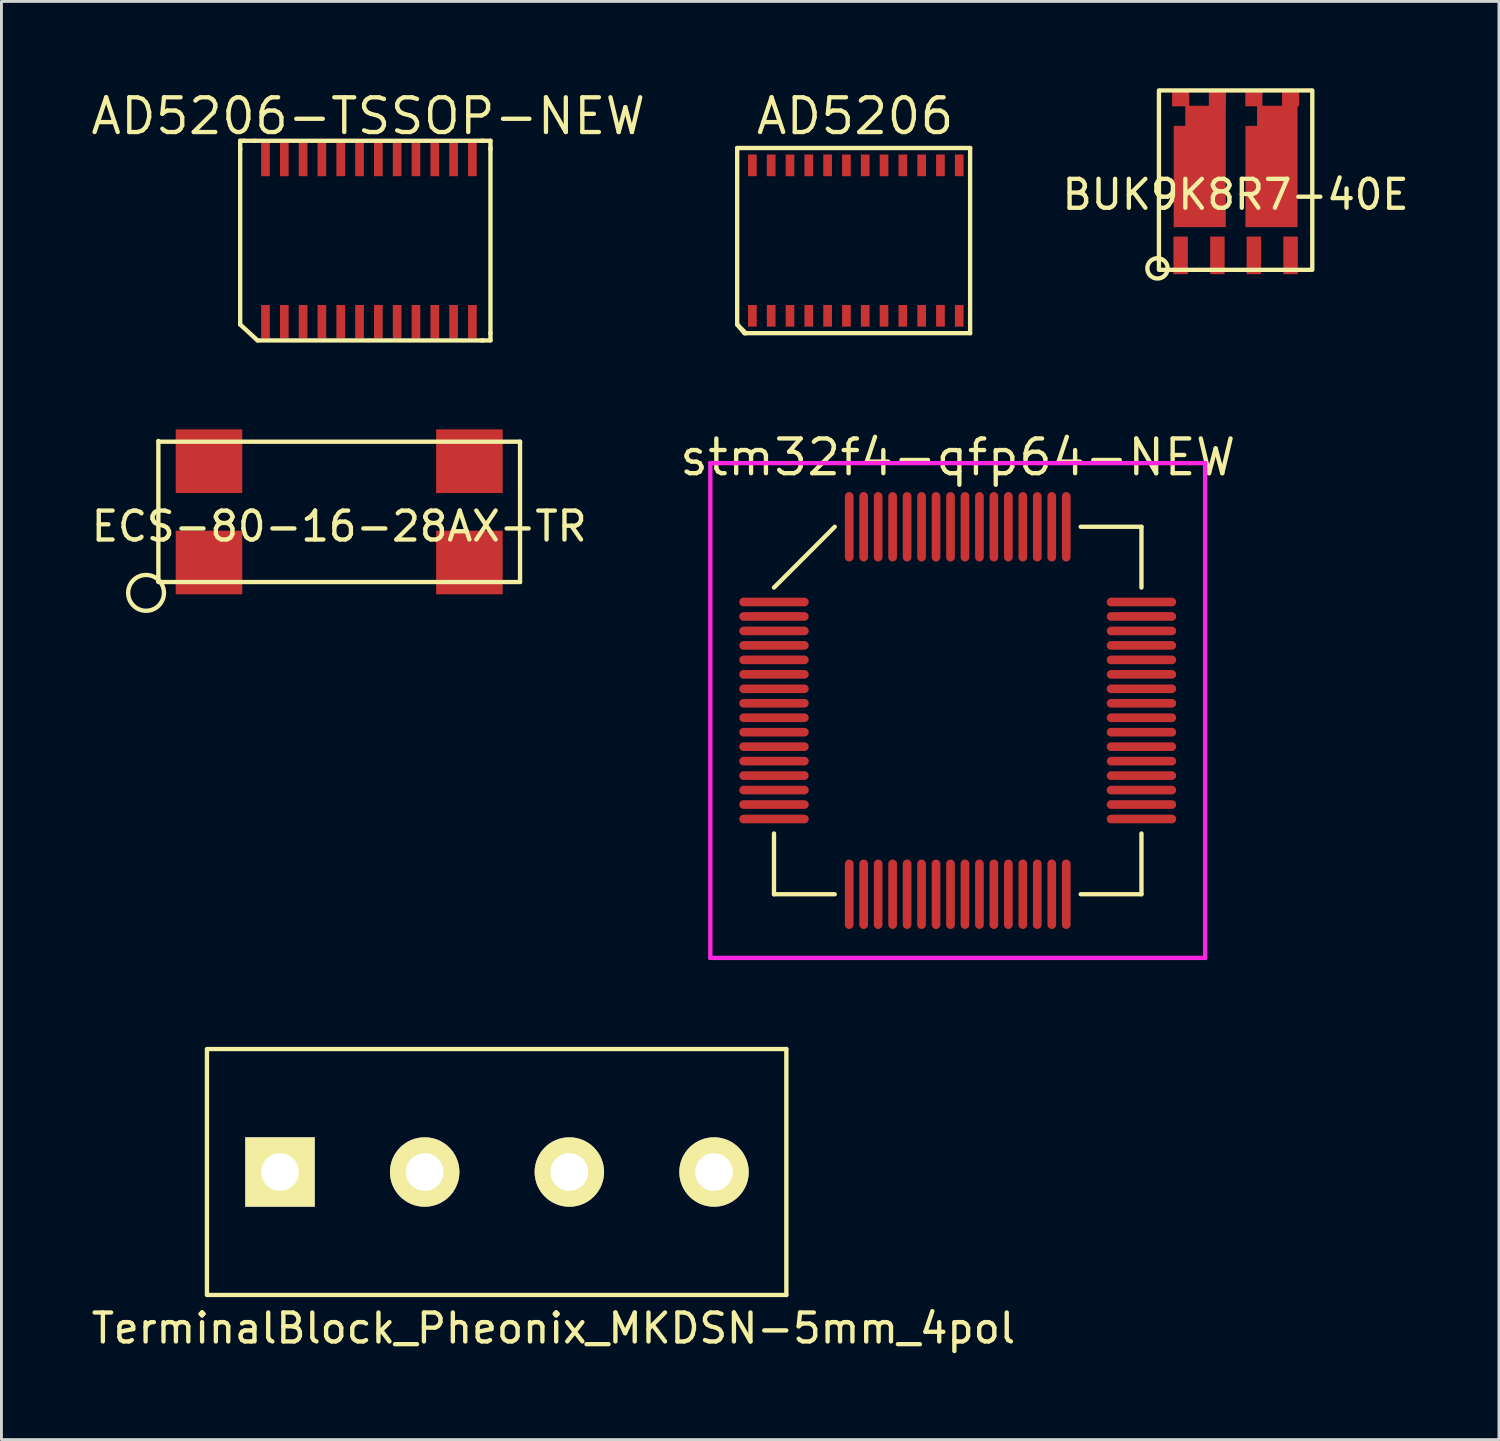
<source format=kicad_pcb>
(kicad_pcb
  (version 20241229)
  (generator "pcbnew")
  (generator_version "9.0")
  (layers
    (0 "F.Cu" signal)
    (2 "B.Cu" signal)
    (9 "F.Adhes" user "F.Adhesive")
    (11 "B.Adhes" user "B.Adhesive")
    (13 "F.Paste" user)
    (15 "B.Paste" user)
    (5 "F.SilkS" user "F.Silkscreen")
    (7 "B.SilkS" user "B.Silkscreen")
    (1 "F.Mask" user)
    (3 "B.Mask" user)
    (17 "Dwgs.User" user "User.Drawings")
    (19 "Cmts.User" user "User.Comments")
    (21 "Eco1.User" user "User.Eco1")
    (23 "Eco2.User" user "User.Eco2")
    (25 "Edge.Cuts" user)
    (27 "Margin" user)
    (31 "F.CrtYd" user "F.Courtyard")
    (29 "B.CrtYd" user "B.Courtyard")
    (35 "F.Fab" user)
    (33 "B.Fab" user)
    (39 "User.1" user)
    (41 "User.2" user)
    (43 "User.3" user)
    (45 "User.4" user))
  (footprint "BUK9K8R7-40E"
    (layer "F.Cu")
    (at 39.654 3.175)
    (property "Reference" "BUK9K8R7-40E" (at 0 0.5 0) (layer "F.SilkS") (effects (font (size 1 1) (thickness 0.15))))
    (attr through_hole)
    (fp_line (start -2.65 3.1) (end -2.65 -3.1) (stroke (width 0.15) (type solid)) (layer "F.SilkS"))
    (fp_line (start -2.6 3.1) (end 2.6 3.1) (stroke (width 0.15) (type solid)) (layer "F.SilkS"))
    (fp_line (start 2.6 -3.1) (end -2.6 -3.1) (stroke (width 0.15) (type solid)) (layer "F.SilkS"))
    (fp_line (start 2.65 -3.1) (end 2.65 3.1) (stroke (width 0.15) (type solid)) (layer "F.SilkS"))
    (fp_circle (center -2.7 3.05) (end -2.67 2.7) (stroke (width 0.15) (type solid)) (fill no) (layer "F.SilkS"))
    (pad "1" smd rect (at -1.9 2.6) (size 0.5 1.3) (layers "F.Cu" "F.Mask" "F.Paste"))
    (pad "2" smd rect (at -0.63 2.6) (size 0.5 1.3) (layers "F.Cu" "F.Mask" "F.Paste"))
    (pad "3" smd rect (at 0.63 2.6) (size 0.5 1.3) (layers "F.Cu" "F.Mask" "F.Paste"))
    (pad "4" smd rect (at 1.9 2.6) (size 0.5 1.3) (layers "F.Cu" "F.Mask" "F.Paste"))
    (pad "5" smd trapezoid (at 1.24 -0.125) (size 1.8 3.5) (layers "F.Cu" "F.Mask" "F.Paste"))
    (pad "5" smd trapezoid (at 1.44 -2.22) (size 1.4 0.7) (layers "F.Cu" "F.Mask" "F.Paste"))
    (pad "5" smd rect (at 1.9 -2.825) (size 0.59 0.55) (layers "F.Cu" "F.Mask" "F.Paste"))
    (pad "6" smd rect (at 0.63 -2.825) (size 0.59 0.55) (layers "F.Cu" "F.Mask" "F.Paste"))
    (pad "7" smd rect (at -0.63 -2.825) (size 0.59 0.55) (layers "F.Cu" "F.Mask" "F.Paste"))
    (pad "8" smd rect (at -1.9 -2.825) (size 0.59 0.55) (layers "F.Cu" "F.Mask" "F.Paste"))
    (pad "8" smd trapezoid (at -1.24 -0.125) (size 1.8 3.5) (layers "F.Cu" "F.Mask" "F.Paste"))
    (pad "8" smd trapezoid (at -1.04 -2.22) (size 1.4 0.7) (layers "F.Cu" "F.Mask" "F.Paste")))
  (footprint "ECS-80-16-28AX-TR"
    (layer "F.Cu")
    (at 8.673 14.64)
    (property "Reference" "ECS-80-16-28AX-TR" (at 0 0.5 0) (layer "F.SilkS") (effects (font (size 1 1) (thickness 0.15))))
    (attr through_hole)
    (fp_line (start -6.25 -2.45) (end -6.25 2.4) (stroke (width 0.15) (type solid)) (layer "F.SilkS"))
    (fp_line (start -6.25 -2.425) (end 6.25 -2.425) (stroke (width 0.15) (type solid)) (layer "F.SilkS"))
    (fp_line (start -6.25 2.425) (end 6.25 2.425) (stroke (width 0.15) (type solid)) (layer "F.SilkS"))
    (fp_line (start 6.25 -2.425) (end 6.25 2.425) (stroke (width 0.15) (type solid)) (layer "F.SilkS"))
    (fp_circle (center -6.675 2.8) (end -7.125 3.225) (stroke (width 0.15) (type solid)) (fill no) (layer "F.SilkS"))
    (pad "1" smd rect (at -4.5 1.75) (size 2.3 2.2) (layers "F.Cu" "F.Mask" "F.Paste"))
    (pad "2" smd rect (at 4.5 1.75) (size 2.3 2.2) (layers "F.Cu" "F.Mask" "F.Paste"))
    (pad "3" smd rect (at 4.5 -1.75) (size 2.3 2.2) (layers "F.Cu" "F.Mask" "F.Paste"))
    (pad "4" smd rect (at -4.5 -1.75) (size 2.3 2.2) (layers "F.Cu" "F.Mask" "F.Paste")))
  (footprint "stm32f4-qfp64-NEW"
    (layer "F.Cu")
    (at 30.05 21.506)
    (property "Reference" "stm32f4-qfp64-NEW" (at 0 -8.75 0) (layer "F.SilkS") (effects (font (size 1.2 1.2) (thickness 0.15))))
    (attr through_hole)
    (fp_line (start -6.35 -4.25) (end -4.25 -6.35) (stroke (width 0.15) (type solid)) (layer "F.SilkS"))
    (fp_line (start -6.35 6.35) (end -6.35 4.25) (stroke (width 0.15) (type solid)) (layer "F.SilkS"))
    (fp_line (start -4.25 6.35) (end -6.35 6.35) (stroke (width 0.15) (type solid)) (layer "F.SilkS"))
    (fp_line (start 4.25 -6.35) (end 6.35 -6.35) (stroke (width 0.15) (type solid)) (layer "F.SilkS"))
    (fp_line (start 4.25 6.35) (end 6.35 6.35) (stroke (width 0.15) (type solid)) (layer "F.SilkS"))
    (fp_line (start 6.35 -6.35) (end 6.35 -4.25) (stroke (width 0.15) (type solid)) (layer "F.SilkS"))
    (fp_line (start 6.35 6.35) (end 6.35 4.25) (stroke (width 0.15) (type solid)) (layer "F.SilkS"))
    (fp_line (start -8.55 -8.55) (end 8.55 -8.55) (stroke (width 0.15) (type solid)) (layer "F.CrtYd"))
    (fp_line (start -8.55 8.55) (end -8.55 -8.55) (stroke (width 0.15) (type solid)) (layer "F.CrtYd"))
    (fp_line (start 8.55 -8.55) (end 8.55 8.55) (stroke (width 0.15) (type solid)) (layer "F.CrtYd"))
    (fp_line (start 8.55 8.55) (end -8.55 8.55) (stroke (width 0.15) (type solid)) (layer "F.CrtYd"))
    (pad "1" smd oval (at -6.35 -3.75 90) (size 0.3 2.4) (layers "F.Cu" "F.Mask" "F.Paste"))
    (pad "2" smd oval (at -6.35 -3.25 90) (size 0.3 2.4) (layers "F.Cu" "F.Mask" "F.Paste"))
    (pad "3" smd oval (at -6.35 -2.75 90) (size 0.3 2.4) (layers "F.Cu" "F.Mask" "F.Paste"))
    (pad "4" smd oval (at -6.35 -2.25 90) (size 0.3 2.4) (layers "F.Cu" "F.Mask" "F.Paste"))
    (pad "5" smd oval (at -6.35 -1.75 90) (size 0.3 2.4) (layers "F.Cu" "F.Mask" "F.Paste"))
    (pad "6" smd oval (at -6.35 -1.25 90) (size 0.3 2.4) (layers "F.Cu" "F.Mask" "F.Paste"))
    (pad "7" smd oval (at -6.35 -0.75 90) (size 0.3 2.4) (layers "F.Cu" "F.Mask" "F.Paste"))
    (pad "8" smd oval (at -6.35 -0.25 90) (size 0.3 2.4) (layers "F.Cu" "F.Mask" "F.Paste"))
    (pad "9" smd oval (at -6.35 0.25 90) (size 0.3 2.4) (layers "F.Cu" "F.Mask" "F.Paste"))
    (pad "10" smd oval (at -6.35 0.75 90) (size 0.3 2.4) (layers "F.Cu" "F.Mask" "F.Paste"))
    (pad "11" smd oval (at -6.35 1.25 90) (size 0.3 2.4) (layers "F.Cu" "F.Mask" "F.Paste"))
    (pad "12" smd oval (at -6.35 1.75 90) (size 0.3 2.4) (layers "F.Cu" "F.Mask" "F.Paste"))
    (pad "13" smd oval (at -6.35 2.25 90) (size 0.3 2.4) (layers "F.Cu" "F.Mask" "F.Paste"))
    (pad "14" smd oval (at -6.35 2.75 90) (size 0.3 2.4) (layers "F.Cu" "F.Mask" "F.Paste"))
    (pad "15" smd oval (at -6.35 3.25 90) (size 0.3 2.4) (layers "F.Cu" "F.Mask" "F.Paste"))
    (pad "16" smd oval (at -6.35 3.75 90) (size 0.3 2.4) (layers "F.Cu" "F.Mask" "F.Paste"))
    (pad "17" smd oval (at -3.75 6.35) (size 0.3 2.4) (layers "F.Cu" "F.Mask" "F.Paste"))
    (pad "18" smd oval (at -3.25 6.35) (size 0.3 2.4) (layers "F.Cu" "F.Mask" "F.Paste"))
    (pad "19" smd oval (at -2.75 6.35) (size 0.3 2.4) (layers "F.Cu" "F.Mask" "F.Paste"))
    (pad "20" smd oval (at -2.25 6.35) (size 0.3 2.4) (layers "F.Cu" "F.Mask" "F.Paste"))
    (pad "21" smd oval (at -1.75 6.35) (size 0.3 2.4) (layers "F.Cu" "F.Mask" "F.Paste"))
    (pad "22" smd oval (at -1.25 6.35) (size 0.3 2.4) (layers "F.Cu" "F.Mask" "F.Paste"))
    (pad "23" smd oval (at -0.75 6.35) (size 0.3 2.4) (layers "F.Cu" "F.Mask" "F.Paste"))
    (pad "24" smd oval (at -0.25 6.35) (size 0.3 2.4) (layers "F.Cu" "F.Mask" "F.Paste"))
    (pad "25" smd oval (at 0.25 6.35) (size 0.3 2.4) (layers "F.Cu" "F.Mask" "F.Paste"))
    (pad "26" smd oval (at 0.75 6.35) (size 0.3 2.4) (layers "F.Cu" "F.Mask" "F.Paste"))
    (pad "27" smd oval (at 1.25 6.35) (size 0.3 2.4) (layers "F.Cu" "F.Mask" "F.Paste"))
    (pad "28" smd oval (at 1.75 6.35) (size 0.3 2.4) (layers "F.Cu" "F.Mask" "F.Paste"))
    (pad "29" smd oval (at 2.25 6.35) (size 0.3 2.4) (layers "F.Cu" "F.Mask" "F.Paste"))
    (pad "30" smd oval (at 2.75 6.35) (size 0.3 2.4) (layers "F.Cu" "F.Mask" "F.Paste"))
    (pad "31" smd oval (at 3.25 6.35) (size 0.3 2.4) (layers "F.Cu" "F.Mask" "F.Paste"))
    (pad "32" smd oval (at 3.75 6.35) (size 0.3 2.4) (layers "F.Cu" "F.Mask" "F.Paste"))
    (pad "33" smd oval (at 6.35 3.75 90) (size 0.3 2.4) (layers "F.Cu" "F.Mask" "F.Paste"))
    (pad "34" smd oval (at 6.35 3.25 90) (size 0.3 2.4) (layers "F.Cu" "F.Mask" "F.Paste"))
    (pad "35" smd oval (at 6.35 2.75 90) (size 0.3 2.4) (layers "F.Cu" "F.Mask" "F.Paste"))
    (pad "36" smd oval (at 6.35 2.25 90) (size 0.3 2.4) (layers "F.Cu" "F.Mask" "F.Paste"))
    (pad "37" smd oval (at 6.35 1.75 90) (size 0.3 2.4) (layers "F.Cu" "F.Mask" "F.Paste"))
    (pad "38" smd oval (at 6.35 1.25 90) (size 0.3 2.4) (layers "F.Cu" "F.Mask" "F.Paste"))
    (pad "39" smd oval (at 6.35 0.75 90) (size 0.3 2.4) (layers "F.Cu" "F.Mask" "F.Paste"))
    (pad "40" smd oval (at 6.35 0.25 90) (size 0.3 2.4) (layers "F.Cu" "F.Mask" "F.Paste"))
    (pad "41" smd oval (at 6.35 -0.25 90) (size 0.3 2.4) (layers "F.Cu" "F.Mask" "F.Paste"))
    (pad "42" smd oval (at 6.35 -0.75 90) (size 0.3 2.4) (layers "F.Cu" "F.Mask" "F.Paste"))
    (pad "43" smd oval (at 6.35 -1.25 90) (size 0.3 2.4) (layers "F.Cu" "F.Mask" "F.Paste"))
    (pad "44" smd oval (at 6.35 -1.75 90) (size 0.3 2.4) (layers "F.Cu" "F.Mask" "F.Paste"))
    (pad "45" smd oval (at 6.35 -2.25 90) (size 0.3 2.4) (layers "F.Cu" "F.Mask" "F.Paste"))
    (pad "46" smd oval (at 6.35 -2.75 90) (size 0.3 2.4) (layers "F.Cu" "F.Mask" "F.Paste"))
    (pad "47" smd oval (at 6.35 -3.25 90) (size 0.3 2.4) (layers "F.Cu" "F.Mask" "F.Paste"))
    (pad "48" smd oval (at 6.35 -3.75 90) (size 0.3 2.4) (layers "F.Cu" "F.Mask" "F.Paste"))
    (pad "49" smd oval (at 3.75 -6.35) (size 0.3 2.4) (layers "F.Cu" "F.Mask" "F.Paste"))
    (pad "50" smd oval (at 3.25 -6.35) (size 0.3 2.4) (layers "F.Cu" "F.Mask" "F.Paste"))
    (pad "51" smd oval (at 2.75 -6.35) (size 0.3 2.4) (layers "F.Cu" "F.Mask" "F.Paste"))
    (pad "52" smd oval (at 2.25 -6.35) (size 0.3 2.4) (layers "F.Cu" "F.Mask" "F.Paste"))
    (pad "53" smd oval (at 1.75 -6.35) (size 0.3 2.4) (layers "F.Cu" "F.Mask" "F.Paste"))
    (pad "54" smd oval (at 1.25 -6.35) (size 0.3 2.4) (layers "F.Cu" "F.Mask" "F.Paste"))
    (pad "55" smd oval (at 0.75 -6.35) (size 0.3 2.4) (layers "F.Cu" "F.Mask" "F.Paste"))
    (pad "56" smd oval (at 0.25 -6.35) (size 0.3 2.4) (layers "F.Cu" "F.Mask" "F.Paste"))
    (pad "57" smd oval (at -0.25 -6.35) (size 0.3 2.4) (layers "F.Cu" "F.Mask" "F.Paste"))
    (pad "58" smd oval (at -0.75 -6.35) (size 0.3 2.4) (layers "F.Cu" "F.Mask" "F.Paste"))
    (pad "59" smd oval (at -1.25 -6.35) (size 0.3 2.4) (layers "F.Cu" "F.Mask" "F.Paste"))
    (pad "60" smd oval (at -1.75 -6.35) (size 0.3 2.4) (layers "F.Cu" "F.Mask" "F.Paste"))
    (pad "61" smd oval (at -2.25 -6.35) (size 0.3 2.4) (layers "F.Cu" "F.Mask" "F.Paste"))
    (pad "62" smd oval (at -2.75 -6.35) (size 0.3 2.4) (layers "F.Cu" "F.Mask" "F.Paste"))
    (pad "63" smd oval (at -3.25 -6.35) (size 0.3 2.4) (layers "F.Cu" "F.Mask" "F.Paste"))
    (pad "64" smd oval (at -3.75 -6.35) (size 0.3 2.4) (layers "F.Cu" "F.Mask" "F.Paste")))
  (footprint "AD5206"
    (layer "F.Cu")
    (at 26.528 5.265)
    (property "Reference" "AD5206" (at -0.025 -4.3 0) (layer "F.SilkS") (effects (font (size 1.2 1.2) (thickness 0.15))))
    (attr through_hole)
    (fp_line (start -4.1 -3.2) (end -3.95 -3.2) (stroke (width 0.15) (type solid)) (layer "F.SilkS"))
    (fp_line (start -4.1 2.9) (end -4.1 -3.2) (stroke (width 0.15) (type solid)) (layer "F.SilkS"))
    (fp_line (start -4.1 2.9) (end -3.85 3.2) (stroke (width 0.15) (type solid)) (layer "F.SilkS"))
    (fp_line (start -3.95 -3.2) (end 3.95 -3.2) (stroke (width 0.15) (type solid)) (layer "F.SilkS"))
    (fp_line (start -3.85 3.2) (end 3.95 3.2) (stroke (width 0.15) (type solid)) (layer "F.SilkS"))
    (fp_line (start -3.8 3.2) (end -4.1 2.9) (stroke (width 0.15) (type solid)) (layer "F.SilkS"))
    (fp_line (start 3.95 -3.2) (end 3.95 3.2) (stroke (width 0.15) (type solid)) (layer "F.SilkS"))
    (pad "1" smd rect (at -3.575 2.6) (size 0.3 0.75) (layers "F.Cu" "F.Mask" "F.Paste"))
    (pad "2" smd rect (at -2.925 2.6) (size 0.3 0.75) (layers "F.Cu" "F.Mask" "F.Paste"))
    (pad "3" smd rect (at -2.275 2.6) (size 0.3 0.75) (layers "F.Cu" "F.Mask" "F.Paste"))
    (pad "4" smd rect (at -1.625 2.6) (size 0.3 0.75) (layers "F.Cu" "F.Mask" "F.Paste"))
    (pad "5" smd rect (at -0.975 2.6) (size 0.3 0.75) (layers "F.Cu" "F.Mask" "F.Paste"))
    (pad "6" smd rect (at -0.325 2.6) (size 0.3 0.75) (layers "F.Cu" "F.Mask" "F.Paste"))
    (pad "7" smd rect (at 0.325 2.6) (size 0.3 0.75) (layers "F.Cu" "F.Mask" "F.Paste"))
    (pad "8" smd rect (at 0.975 2.6) (size 0.3 0.75) (layers "F.Cu" "F.Mask" "F.Paste"))
    (pad "9" smd rect (at 1.625 2.6) (size 0.3 0.75) (layers "F.Cu" "F.Mask" "F.Paste"))
    (pad "10" smd rect (at 2.275 2.6) (size 0.3 0.75) (layers "F.Cu" "F.Mask" "F.Paste"))
    (pad "11" smd rect (at 2.925 2.6) (size 0.3 0.75) (layers "F.Cu" "F.Mask" "F.Paste"))
    (pad "12" smd rect (at 3.575 2.6) (size 0.3 0.75) (layers "F.Cu" "F.Mask" "F.Paste"))
    (pad "13" smd rect (at 3.575 -2.6) (size 0.3 0.75) (layers "F.Cu" "F.Mask" "F.Paste"))
    (pad "14" smd rect (at 2.925 -2.6) (size 0.3 0.75) (layers "F.Cu" "F.Mask" "F.Paste"))
    (pad "15" smd rect (at 2.275 -2.6) (size 0.3 0.75) (layers "F.Cu" "F.Mask" "F.Paste"))
    (pad "16" smd rect (at 1.625 -2.6) (size 0.3 0.75) (layers "F.Cu" "F.Mask" "F.Paste"))
    (pad "17" smd rect (at 0.975 -2.6) (size 0.3 0.75) (layers "F.Cu" "F.Mask" "F.Paste"))
    (pad "18" smd rect (at 0.325 -2.6) (size 0.3 0.75) (layers "F.Cu" "F.Mask" "F.Paste"))
    (pad "19" smd rect (at -0.325 -2.6) (size 0.3 0.75) (layers "F.Cu" "F.Mask" "F.Paste"))
    (pad "20" smd rect (at -0.975 -2.6) (size 0.3 0.75) (layers "F.Cu" "F.Mask" "F.Paste"))
    (pad "21" smd rect (at -1.625 -2.6) (size 0.3 0.75) (layers "F.Cu" "F.Mask" "F.Paste"))
    (pad "22" smd rect (at -2.275 -2.6) (size 0.3 0.75) (layers "F.Cu" "F.Mask" "F.Paste"))
    (pad "23" smd rect (at -2.925 -2.6) (size 0.3 0.75) (layers "F.Cu" "F.Mask" "F.Paste"))
    (pad "24" smd rect (at -3.575 -2.6) (size 0.3 0.75) (layers "F.Cu" "F.Mask" "F.Paste")))
  (footprint "AD5206-TSSOP-NEW"
    (layer "F.Cu")
    (at 9.701 5.265)
    (property "Reference" "AD5206-TSSOP-NEW" (at -0.025 -4.3 0) (layer "F.SilkS") (effects (font (size 1.2 1.2) (thickness 0.15))))
    (attr through_hole)
    (fp_line (start -4.45 -3.45) (end -4.45 -3.15) (stroke (width 0.15) (type solid)) (layer "F.SilkS"))
    (fp_line (start -4.45 2.9) (end -4.45 -3.2) (stroke (width 0.15) (type solid)) (layer "F.SilkS"))
    (fp_line (start -4.45 2.9) (end -3.85 3.45) (stroke (width 0.15) (type solid)) (layer "F.SilkS"))
    (fp_line (start -4.3 -3.45) (end -4.45 -3.45) (stroke (width 0.15) (type solid)) (layer "F.SilkS"))
    (fp_line (start -3.95 -3.45) (end -4.35 -3.45) (stroke (width 0.15) (type solid)) (layer "F.SilkS"))
    (fp_line (start -3.95 -3.45) (end 3.95 -3.45) (stroke (width 0.15) (type solid)) (layer "F.SilkS"))
    (fp_line (start -3.85 3.45) (end 3.95 3.45) (stroke (width 0.15) (type solid)) (layer "F.SilkS"))
    (fp_line (start 3.9 -3.45) (end 4.2 -3.45) (stroke (width 0.15) (type solid)) (layer "F.SilkS"))
    (fp_line (start 4.2 -3.45) (end 4.2 -3.15) (stroke (width 0.15) (type solid)) (layer "F.SilkS"))
    (fp_line (start 4.2 -3.2) (end 4.2 3.2) (stroke (width 0.15) (type solid)) (layer "F.SilkS"))
    (fp_line (start 4.2 3.2) (end 4.2 3.45) (stroke (width 0.15) (type solid)) (layer "F.SilkS"))
    (fp_line (start 4.2 3.45) (end 3.9 3.45) (stroke (width 0.15) (type solid)) (layer "F.SilkS"))
    (pad "1" smd rect (at -3.575 2.8) (size 0.3 1.15) (layers "F.Cu" "F.Mask" "F.Paste"))
    (pad "2" smd rect (at -2.925 2.8) (size 0.3 1.15) (layers "F.Cu" "F.Mask" "F.Paste"))
    (pad "3" smd rect (at -2.275 2.8) (size 0.3 1.15) (layers "F.Cu" "F.Mask" "F.Paste"))
    (pad "4" smd rect (at -1.625 2.8) (size 0.3 1.15) (layers "F.Cu" "F.Mask" "F.Paste"))
    (pad "5" smd rect (at -0.975 2.8) (size 0.3 1.15) (layers "F.Cu" "F.Mask" "F.Paste"))
    (pad "6" smd rect (at -0.325 2.8) (size 0.3 1.15) (layers "F.Cu" "F.Mask" "F.Paste"))
    (pad "7" smd rect (at 0.325 2.8) (size 0.3 1.15) (layers "F.Cu" "F.Mask" "F.Paste"))
    (pad "8" smd rect (at 0.975 2.8) (size 0.3 1.15) (layers "F.Cu" "F.Mask" "F.Paste"))
    (pad "9" smd rect (at 1.625 2.8) (size 0.3 1.15) (layers "F.Cu" "F.Mask" "F.Paste"))
    (pad "10" smd rect (at 2.275 2.8) (size 0.3 1.15) (layers "F.Cu" "F.Mask" "F.Paste"))
    (pad "11" smd rect (at 2.925 2.8) (size 0.3 1.15) (layers "F.Cu" "F.Mask" "F.Paste"))
    (pad "12" smd rect (at 3.575 2.8) (size 0.3 1.15) (layers "F.Cu" "F.Mask" "F.Paste"))
    (pad "13" smd rect (at 3.575 -2.8) (size 0.3 1.15) (layers "F.Cu" "F.Mask" "F.Paste"))
    (pad "14" smd rect (at 2.925 -2.8) (size 0.3 1.15) (layers "F.Cu" "F.Mask" "F.Paste"))
    (pad "15" smd rect (at 2.275 -2.8) (size 0.3 1.15) (layers "F.Cu" "F.Mask" "F.Paste"))
    (pad "16" smd rect (at 1.625 -2.8) (size 0.3 1.15) (layers "F.Cu" "F.Mask" "F.Paste"))
    (pad "17" smd rect (at 0.975 -2.8) (size 0.3 1.15) (layers "F.Cu" "F.Mask" "F.Paste"))
    (pad "18" smd rect (at 0.325 -2.8) (size 0.3 1.15) (layers "F.Cu" "F.Mask" "F.Paste"))
    (pad "19" smd rect (at -0.325 -2.8) (size 0.3 1.15) (layers "F.Cu" "F.Mask" "F.Paste"))
    (pad "20" smd rect (at -0.975 -2.8) (size 0.3 1.15) (layers "F.Cu" "F.Mask" "F.Paste"))
    (pad "21" smd rect (at -1.625 -2.8) (size 0.3 1.15) (layers "F.Cu" "F.Mask" "F.Paste"))
    (pad "22" smd rect (at -2.275 -2.8) (size 0.3 1.15) (layers "F.Cu" "F.Mask" "F.Paste"))
    (pad "23" smd rect (at -2.925 -2.8) (size 0.3 1.15) (layers "F.Cu" "F.Mask" "F.Paste"))
    (pad "24" smd rect (at -3.575 -2.8) (size 0.3 1.15) (layers "F.Cu" "F.Mask" "F.Paste")))
  (footprint "TerminalBlock_Pheonix_MKDSN-5mm_4pol"
    (layer "F.Cu")
    (at 14.127 37.456)
    (property "Reference" "TerminalBlock_Pheonix_MKDSN-5mm_4pol" (at 1.95 5.4 0) (layer "F.SilkS") (effects (font (size 1 1) (thickness 0.15))))
    (attr through_hole)
    (fp_line (start -10.025 4.25) (end -10.025 -4.25) (stroke (width 0.15) (type solid)) (layer "F.SilkS"))
    (fp_line (start -10 -4.25) (end 10 -4.25) (stroke (width 0.15) (type solid)) (layer "F.SilkS"))
    (fp_line (start -10 4.25) (end 10 4.25) (stroke (width 0.15) (type solid)) (layer "F.SilkS"))
    (fp_line (start 10 -4.25) (end 10 4.25) (stroke (width 0.15) (type solid)) (layer "F.SilkS"))
    (pad "1" thru_hole rect (at -7.5 0) (size 2.4 2.4) (drill 1.3) (layers "*.Cu" "*.Mask" "F.SilkS"))
    (pad "2" thru_hole circle (at -2.5 0) (size 2.4 2.4) (drill 1.3) (layers "*.Cu" "*.Mask" "F.SilkS"))
    (pad "3" thru_hole circle (at 2.5 0) (size 2.4 2.4) (drill 1.3) (layers "*.Cu" "*.Mask" "F.SilkS"))
    (pad "4" thru_hole circle (at 7.5 0) (size 2.4 2.4) (drill 1.3) (layers "*.Cu" "*.Mask" "F.SilkS")))
  (gr_rect
    (start -3 -3)
    (end 48.755 46.704)
    (stroke (width 0.1) (type default))
    (fill no)
    (layer "Edge.Cuts")))
</source>
